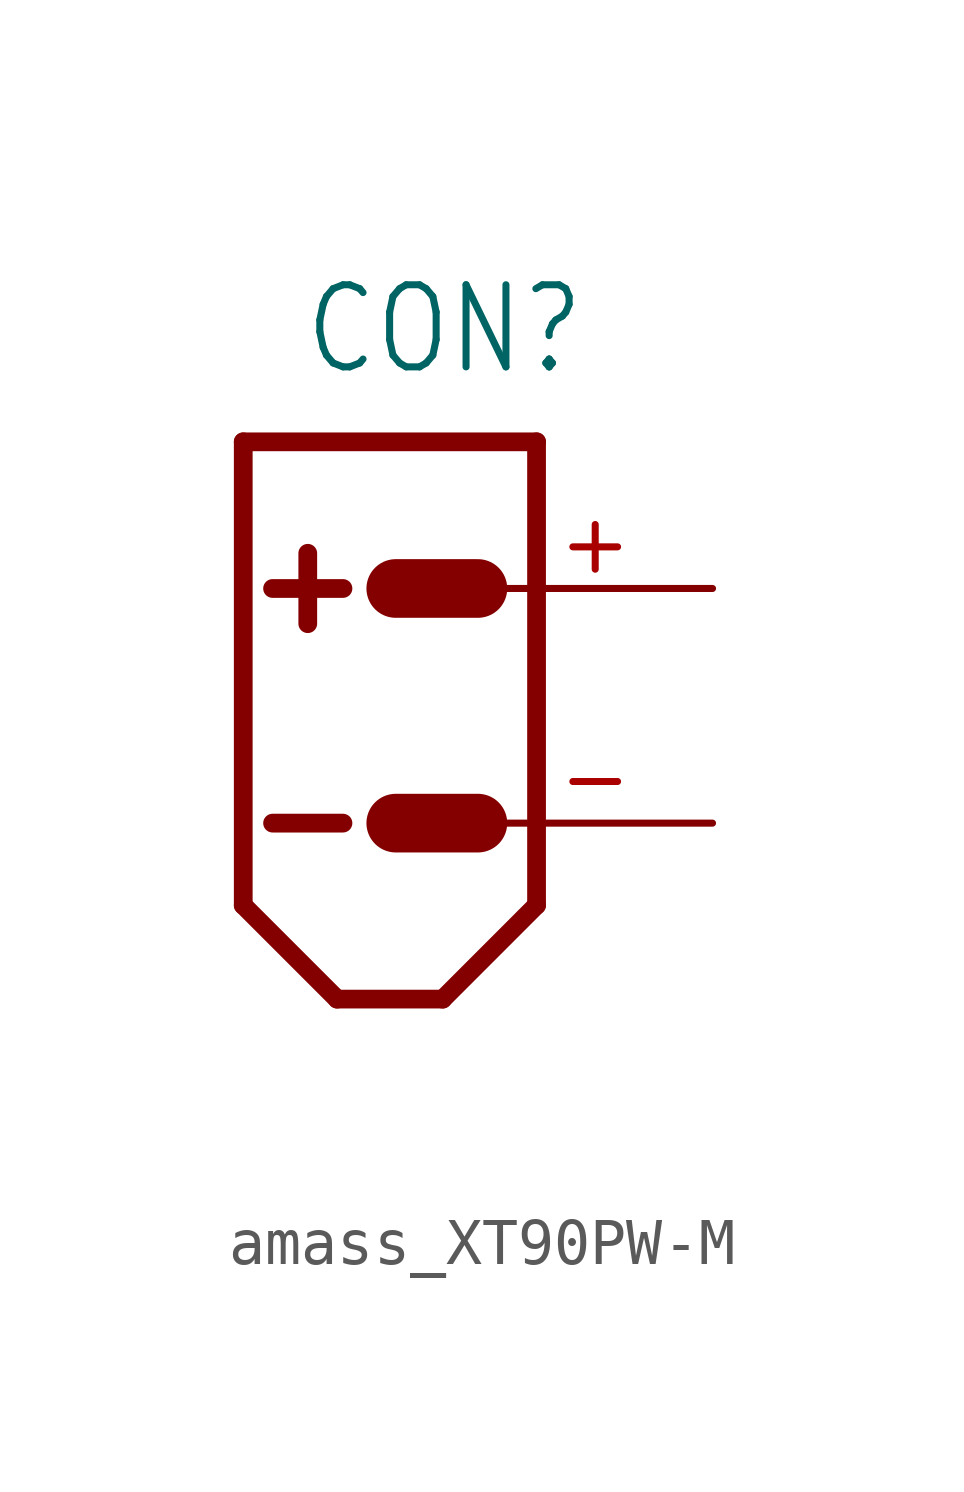
<source format=kicad_sym>
(kicad_symbol_lib
  (version 20220914)
  (generator kicad_symbol_editor)
  (symbol "amass_XT90PW-M"
    (property "Reference" "CON"
      (at -3.81 7.112 0)
      (effects (font (size 1.778 1.511)) (justify left bottom)))
    (property "Value" ""
      (at -3.81 -8.89 0)
      (effects (font (size 1.778 1.511)) (justify left bottom)))
    (property "ki_locked" ""
      (at 0 0 0)
      (effects (font (size 1.27 1.27))))
    (symbol "amass_XT90PW-M_1_0"
      (polyline (pts (xy -5.08 -4.318) (xy -3.048 -6.35)) (stroke (width 0.406) (type solid)) (fill (type none)))
      (polyline (pts (xy -5.08 5.715) (xy -5.08 -4.318)) (stroke (width 0.406) (type solid)) (fill (type none)))
      (polyline (pts (xy -5.08 5.715) (xy 1.27 5.715)) (stroke (width 0.406) (type solid)) (fill (type none)))
      (polyline (pts (xy -4.445 -2.54) (xy -2.921 -2.54)) (stroke (width 0.406) (type solid)) (fill (type none)))
      (polyline (pts (xy -4.445 2.54) (xy -2.921 2.54)) (stroke (width 0.406) (type solid)) (fill (type none)))
      (polyline (pts (xy -3.683 3.302) (xy -3.683 1.778)) (stroke (width 0.406) (type solid)) (fill (type none)))
      (polyline (pts (xy -3.048 -6.35) (xy -0.762 -6.35)) (stroke (width 0.406) (type solid)) (fill (type none)))
      (polyline (pts (xy -0.762 -6.35) (xy 1.27 -4.318)) (stroke (width 0.406) (type solid)) (fill (type none)))
      (polyline (pts (xy 0 -2.54) (xy -1.778 -2.54)) (stroke (width 1.27) (type solid)) (fill (type none)))
      (polyline (pts (xy 0 2.54) (xy -1.778 2.54)) (stroke (width 1.27) (type solid)) (fill (type none)))
      (polyline (pts (xy 1.27 -4.318) (xy 1.27 5.715)) (stroke (width 0.406) (type solid)) (fill (type none)))
      (pin power_in line (at 5.08 2.54 180) (length 5.08) (name "+" (effects (font (size 0 0)))) (number "+" (effects (font (size 1.27 1.27)))))
      (pin power_in line (at 5.08 -2.54 180) (length 5.08) (name "-" (effects (font (size 0 0)))) (number "-" (effects (font (size 1.27 1.27))))))))
</source>
